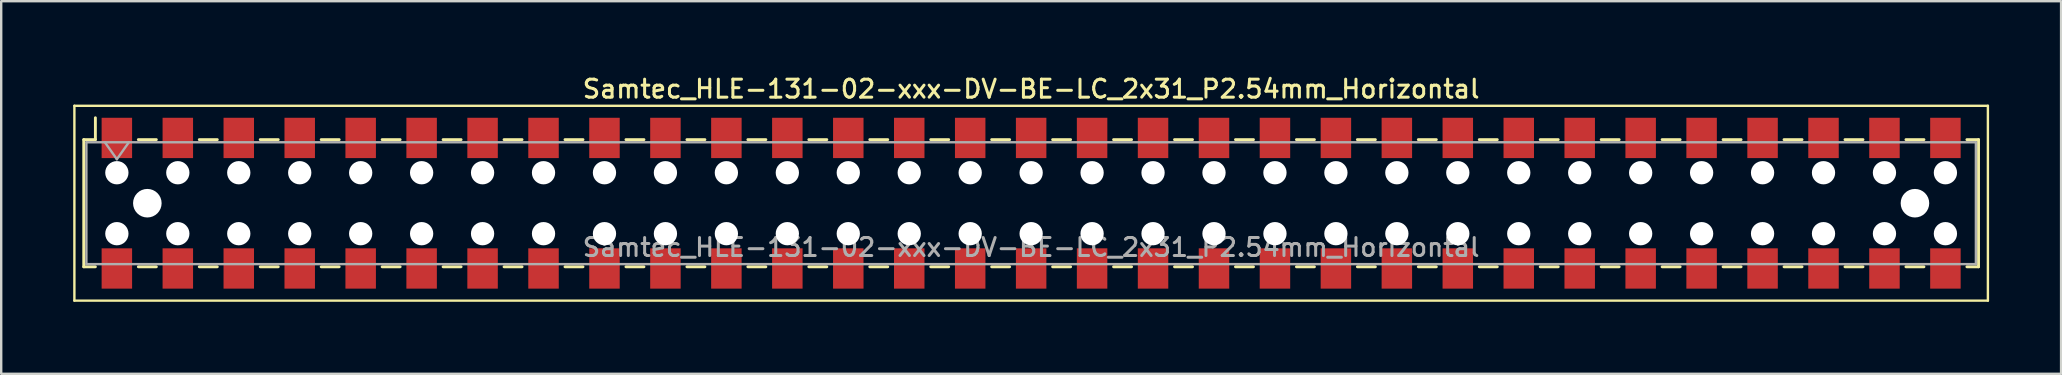
<source format=kicad_pcb>
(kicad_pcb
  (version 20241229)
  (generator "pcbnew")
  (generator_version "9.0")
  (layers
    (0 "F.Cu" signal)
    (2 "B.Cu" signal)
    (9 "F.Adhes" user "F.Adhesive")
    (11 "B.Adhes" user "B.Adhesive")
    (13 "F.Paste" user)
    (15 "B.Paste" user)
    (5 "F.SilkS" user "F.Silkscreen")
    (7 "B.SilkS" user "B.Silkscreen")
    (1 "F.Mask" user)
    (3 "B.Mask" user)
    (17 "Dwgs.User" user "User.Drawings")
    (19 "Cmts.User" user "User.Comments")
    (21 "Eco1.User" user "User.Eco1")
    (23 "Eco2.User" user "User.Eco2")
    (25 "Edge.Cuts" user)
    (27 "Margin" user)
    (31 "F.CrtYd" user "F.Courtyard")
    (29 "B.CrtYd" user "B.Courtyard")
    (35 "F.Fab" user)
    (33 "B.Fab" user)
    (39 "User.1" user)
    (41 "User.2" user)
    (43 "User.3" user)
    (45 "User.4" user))
  (footprint "Samtec_HLE-131-02-xxx-DV-BE-LC_2x31_P2.54mm_Horizontal"
    (layer "F.Cu")
    (at 39.92 5.418)
    (property "Reference" "Samtec_HLE-131-02-xxx-DV-BE-LC_2x31_P2.54mm_Horizontal" (at 0 -4.76 0) (layer "F.SilkS") (effects (font (size 0.75 0.75) (thickness 0.125))))
    (attr smd)
    (fp_line (start -39.87 -4.06) (end 39.87 -4.06) (stroke (width 0.1) (type solid)) (layer "F.SilkS"))
    (fp_line (start -39.87 4.06) (end -39.87 -4.06) (stroke (width 0.1) (type solid)) (layer "F.SilkS"))
    (fp_line (start -39.48 -2.65) (end -39.48 2.65) (stroke (width 0.12) (type solid)) (layer "F.SilkS"))
    (fp_line (start -39.48 2.65) (end -38.995 2.65) (stroke (width 0.12) (type solid)) (layer "F.SilkS"))
    (fp_line (start -38.995 -3.56) (end -38.995 -2.65) (stroke (width 0.12) (type solid)) (layer "F.SilkS"))
    (fp_line (start -38.995 -2.65) (end -39.48 -2.65) (stroke (width 0.12) (type solid)) (layer "F.SilkS"))
    (fp_line (start -37.205 -2.65) (end -36.455 -2.65) (stroke (width 0.12) (type solid)) (layer "F.SilkS"))
    (fp_line (start -37.205 2.65) (end -36.455 2.65) (stroke (width 0.12) (type solid)) (layer "F.SilkS"))
    (fp_line (start -34.665 -2.65) (end -33.915 -2.65) (stroke (width 0.12) (type solid)) (layer "F.SilkS"))
    (fp_line (start -34.665 2.65) (end -33.915 2.65) (stroke (width 0.12) (type solid)) (layer "F.SilkS"))
    (fp_line (start -32.125 -2.65) (end -31.375 -2.65) (stroke (width 0.12) (type solid)) (layer "F.SilkS"))
    (fp_line (start -32.125 2.65) (end -31.375 2.65) (stroke (width 0.12) (type solid)) (layer "F.SilkS"))
    (fp_line (start -29.585 -2.65) (end -28.835 -2.65) (stroke (width 0.12) (type solid)) (layer "F.SilkS"))
    (fp_line (start -29.585 2.65) (end -28.835 2.65) (stroke (width 0.12) (type solid)) (layer "F.SilkS"))
    (fp_line (start -27.045 -2.65) (end -26.295 -2.65) (stroke (width 0.12) (type solid)) (layer "F.SilkS"))
    (fp_line (start -27.045 2.65) (end -26.295 2.65) (stroke (width 0.12) (type solid)) (layer "F.SilkS"))
    (fp_line (start -24.505 -2.65) (end -23.755 -2.65) (stroke (width 0.12) (type solid)) (layer "F.SilkS"))
    (fp_line (start -24.505 2.65) (end -23.755 2.65) (stroke (width 0.12) (type solid)) (layer "F.SilkS"))
    (fp_line (start -21.965 -2.65) (end -21.215 -2.65) (stroke (width 0.12) (type solid)) (layer "F.SilkS"))
    (fp_line (start -21.965 2.65) (end -21.215 2.65) (stroke (width 0.12) (type solid)) (layer "F.SilkS"))
    (fp_line (start -19.425 -2.65) (end -18.675 -2.65) (stroke (width 0.12) (type solid)) (layer "F.SilkS"))
    (fp_line (start -19.425 2.65) (end -18.675 2.65) (stroke (width 0.12) (type solid)) (layer "F.SilkS"))
    (fp_line (start -16.885 -2.65) (end -16.135 -2.65) (stroke (width 0.12) (type solid)) (layer "F.SilkS"))
    (fp_line (start -16.885 2.65) (end -16.135 2.65) (stroke (width 0.12) (type solid)) (layer "F.SilkS"))
    (fp_line (start -14.345 -2.65) (end -13.595 -2.65) (stroke (width 0.12) (type solid)) (layer "F.SilkS"))
    (fp_line (start -14.345 2.65) (end -13.595 2.65) (stroke (width 0.12) (type solid)) (layer "F.SilkS"))
    (fp_line (start -11.805 -2.65) (end -11.055 -2.65) (stroke (width 0.12) (type solid)) (layer "F.SilkS"))
    (fp_line (start -11.805 2.65) (end -11.055 2.65) (stroke (width 0.12) (type solid)) (layer "F.SilkS"))
    (fp_line (start -9.265 -2.65) (end -8.515 -2.65) (stroke (width 0.12) (type solid)) (layer "F.SilkS"))
    (fp_line (start -9.265 2.65) (end -8.515 2.65) (stroke (width 0.12) (type solid)) (layer "F.SilkS"))
    (fp_line (start -6.725 -2.65) (end -5.975 -2.65) (stroke (width 0.12) (type solid)) (layer "F.SilkS"))
    (fp_line (start -6.725 2.65) (end -5.975 2.65) (stroke (width 0.12) (type solid)) (layer "F.SilkS"))
    (fp_line (start -4.185 -2.65) (end -3.435 -2.65) (stroke (width 0.12) (type solid)) (layer "F.SilkS"))
    (fp_line (start -4.185 2.65) (end -3.435 2.65) (stroke (width 0.12) (type solid)) (layer "F.SilkS"))
    (fp_line (start -1.645 -2.65) (end -0.895 -2.65) (stroke (width 0.12) (type solid)) (layer "F.SilkS"))
    (fp_line (start -1.645 2.65) (end -0.895 2.65) (stroke (width 0.12) (type solid)) (layer "F.SilkS"))
    (fp_line (start 0.895 -2.65) (end 1.645 -2.65) (stroke (width 0.12) (type solid)) (layer "F.SilkS"))
    (fp_line (start 0.895 2.65) (end 1.645 2.65) (stroke (width 0.12) (type solid)) (layer "F.SilkS"))
    (fp_line (start 3.435 -2.65) (end 4.185 -2.65) (stroke (width 0.12) (type solid)) (layer "F.SilkS"))
    (fp_line (start 3.435 2.65) (end 4.185 2.65) (stroke (width 0.12) (type solid)) (layer "F.SilkS"))
    (fp_line (start 5.975 -2.65) (end 6.725 -2.65) (stroke (width 0.12) (type solid)) (layer "F.SilkS"))
    (fp_line (start 5.975 2.65) (end 6.725 2.65) (stroke (width 0.12) (type solid)) (layer "F.SilkS"))
    (fp_line (start 8.515 -2.65) (end 9.265 -2.65) (stroke (width 0.12) (type solid)) (layer "F.SilkS"))
    (fp_line (start 8.515 2.65) (end 9.265 2.65) (stroke (width 0.12) (type solid)) (layer "F.SilkS"))
    (fp_line (start 11.055 -2.65) (end 11.805 -2.65) (stroke (width 0.12) (type solid)) (layer "F.SilkS"))
    (fp_line (start 11.055 2.65) (end 11.805 2.65) (stroke (width 0.12) (type solid)) (layer "F.SilkS"))
    (fp_line (start 13.595 -2.65) (end 14.345 -2.65) (stroke (width 0.12) (type solid)) (layer "F.SilkS"))
    (fp_line (start 13.595 2.65) (end 14.345 2.65) (stroke (width 0.12) (type solid)) (layer "F.SilkS"))
    (fp_line (start 16.135 -2.65) (end 16.885 -2.65) (stroke (width 0.12) (type solid)) (layer "F.SilkS"))
    (fp_line (start 16.135 2.65) (end 16.885 2.65) (stroke (width 0.12) (type solid)) (layer "F.SilkS"))
    (fp_line (start 18.675 -2.65) (end 19.425 -2.65) (stroke (width 0.12) (type solid)) (layer "F.SilkS"))
    (fp_line (start 18.675 2.65) (end 19.425 2.65) (stroke (width 0.12) (type solid)) (layer "F.SilkS"))
    (fp_line (start 21.215 -2.65) (end 21.965 -2.65) (stroke (width 0.12) (type solid)) (layer "F.SilkS"))
    (fp_line (start 21.215 2.65) (end 21.965 2.65) (stroke (width 0.12) (type solid)) (layer "F.SilkS"))
    (fp_line (start 23.755 -2.65) (end 24.505 -2.65) (stroke (width 0.12) (type solid)) (layer "F.SilkS"))
    (fp_line (start 23.755 2.65) (end 24.505 2.65) (stroke (width 0.12) (type solid)) (layer "F.SilkS"))
    (fp_line (start 26.295 -2.65) (end 27.045 -2.65) (stroke (width 0.12) (type solid)) (layer "F.SilkS"))
    (fp_line (start 26.295 2.65) (end 27.045 2.65) (stroke (width 0.12) (type solid)) (layer "F.SilkS"))
    (fp_line (start 28.835 -2.65) (end 29.585 -2.65) (stroke (width 0.12) (type solid)) (layer "F.SilkS"))
    (fp_line (start 28.835 2.65) (end 29.585 2.65) (stroke (width 0.12) (type solid)) (layer "F.SilkS"))
    (fp_line (start 31.375 -2.65) (end 32.125 -2.65) (stroke (width 0.12) (type solid)) (layer "F.SilkS"))
    (fp_line (start 31.375 2.65) (end 32.125 2.65) (stroke (width 0.12) (type solid)) (layer "F.SilkS"))
    (fp_line (start 33.915 -2.65) (end 34.665 -2.65) (stroke (width 0.12) (type solid)) (layer "F.SilkS"))
    (fp_line (start 33.915 2.65) (end 34.665 2.65) (stroke (width 0.12) (type solid)) (layer "F.SilkS"))
    (fp_line (start 36.455 -2.65) (end 37.205 -2.65) (stroke (width 0.12) (type solid)) (layer "F.SilkS"))
    (fp_line (start 36.455 2.65) (end 37.205 2.65) (stroke (width 0.12) (type solid)) (layer "F.SilkS"))
    (fp_line (start 38.995 -2.65) (end 39.48 -2.65) (stroke (width 0.12) (type solid)) (layer "F.SilkS"))
    (fp_line (start 39.48 -2.65) (end 39.48 2.65) (stroke (width 0.12) (type solid)) (layer "F.SilkS"))
    (fp_line (start 39.48 2.65) (end 38.995 2.65) (stroke (width 0.12) (type solid)) (layer "F.SilkS"))
    (fp_line (start 39.87 -4.06) (end 39.87 4.06) (stroke (width 0.1) (type solid)) (layer "F.SilkS"))
    (fp_line (start 39.87 4.06) (end -39.87 4.06) (stroke (width 0.1) (type solid)) (layer "F.SilkS"))
    (fp_line (start -39.37 -2.54) (end 39.37 -2.54) (stroke (width 0.1) (type solid)) (layer "F.Fab"))
    (fp_line (start -39.37 2.54) (end -39.37 -2.54) (stroke (width 0.1) (type solid)) (layer "F.Fab"))
    (fp_line (start -38.6 -2.54) (end -38.1 -1.833) (stroke (width 0.1) (type solid)) (layer "F.Fab"))
    (fp_line (start -38.1 -1.833) (end -37.6 -2.54) (stroke (width 0.1) (type solid)) (layer "F.Fab"))
    (fp_line (start 39.37 -2.54) (end 39.37 2.54) (stroke (width 0.1) (type solid)) (layer "F.Fab"))
    (fp_line (start 39.37 2.54) (end -39.37 2.54) (stroke (width 0.1) (type solid)) (layer "F.Fab"))
    (fp_text user "${REFERENCE}" (at 0 1.84 0) (layer "F.Fab") (effects (font (size 0.75 0.75) (thickness 0.125))))
    (pad "" np_thru_hole circle (at -38.1 -1.27) (size 0.97 0.97) (drill 0.97) (layers "*.Cu" "*.Mask"))
    (pad "" np_thru_hole circle (at -38.1 1.27) (size 0.97 0.97) (drill 0.97) (layers "*.Cu" "*.Mask"))
    (pad "" np_thru_hole circle (at -36.83 0) (size 1.19 1.19) (drill 1.19) (layers "*.Cu" "*.Mask"))
    (pad "" np_thru_hole circle (at -35.56 -1.27) (size 0.97 0.97) (drill 0.97) (layers "*.Cu" "*.Mask"))
    (pad "" np_thru_hole circle (at -35.56 1.27) (size 0.97 0.97) (drill 0.97) (layers "*.Cu" "*.Mask"))
    (pad "" np_thru_hole circle (at -33.02 -1.27) (size 0.97 0.97) (drill 0.97) (layers "*.Cu" "*.Mask"))
    (pad "" np_thru_hole circle (at -33.02 1.27) (size 0.97 0.97) (drill 0.97) (layers "*.Cu" "*.Mask"))
    (pad "" np_thru_hole circle (at -30.48 -1.27) (size 0.97 0.97) (drill 0.97) (layers "*.Cu" "*.Mask"))
    (pad "" np_thru_hole circle (at -30.48 1.27) (size 0.97 0.97) (drill 0.97) (layers "*.Cu" "*.Mask"))
    (pad "" np_thru_hole circle (at -27.94 -1.27) (size 0.97 0.97) (drill 0.97) (layers "*.Cu" "*.Mask"))
    (pad "" np_thru_hole circle (at -27.94 1.27) (size 0.97 0.97) (drill 0.97) (layers "*.Cu" "*.Mask"))
    (pad "" np_thru_hole circle (at -25.4 -1.27) (size 0.97 0.97) (drill 0.97) (layers "*.Cu" "*.Mask"))
    (pad "" np_thru_hole circle (at -25.4 1.27) (size 0.97 0.97) (drill 0.97) (layers "*.Cu" "*.Mask"))
    (pad "" np_thru_hole circle (at -22.86 -1.27) (size 0.97 0.97) (drill 0.97) (layers "*.Cu" "*.Mask"))
    (pad "" np_thru_hole circle (at -22.86 1.27) (size 0.97 0.97) (drill 0.97) (layers "*.Cu" "*.Mask"))
    (pad "" np_thru_hole circle (at -20.32 -1.27) (size 0.97 0.97) (drill 0.97) (layers "*.Cu" "*.Mask"))
    (pad "" np_thru_hole circle (at -20.32 1.27) (size 0.97 0.97) (drill 0.97) (layers "*.Cu" "*.Mask"))
    (pad "" np_thru_hole circle (at -17.78 -1.27) (size 0.97 0.97) (drill 0.97) (layers "*.Cu" "*.Mask"))
    (pad "" np_thru_hole circle (at -17.78 1.27) (size 0.97 0.97) (drill 0.97) (layers "*.Cu" "*.Mask"))
    (pad "" np_thru_hole circle (at -15.24 -1.27) (size 0.97 0.97) (drill 0.97) (layers "*.Cu" "*.Mask"))
    (pad "" np_thru_hole circle (at -15.24 1.27) (size 0.97 0.97) (drill 0.97) (layers "*.Cu" "*.Mask"))
    (pad "" np_thru_hole circle (at -12.7 -1.27) (size 0.97 0.97) (drill 0.97) (layers "*.Cu" "*.Mask"))
    (pad "" np_thru_hole circle (at -12.7 1.27) (size 0.97 0.97) (drill 0.97) (layers "*.Cu" "*.Mask"))
    (pad "" np_thru_hole circle (at -10.16 -1.27) (size 0.97 0.97) (drill 0.97) (layers "*.Cu" "*.Mask"))
    (pad "" np_thru_hole circle (at -10.16 1.27) (size 0.97 0.97) (drill 0.97) (layers "*.Cu" "*.Mask"))
    (pad "" np_thru_hole circle (at -7.62 -1.27) (size 0.97 0.97) (drill 0.97) (layers "*.Cu" "*.Mask"))
    (pad "" np_thru_hole circle (at -7.62 1.27) (size 0.97 0.97) (drill 0.97) (layers "*.Cu" "*.Mask"))
    (pad "" np_thru_hole circle (at -5.08 -1.27) (size 0.97 0.97) (drill 0.97) (layers "*.Cu" "*.Mask"))
    (pad "" np_thru_hole circle (at -5.08 1.27) (size 0.97 0.97) (drill 0.97) (layers "*.Cu" "*.Mask"))
    (pad "" np_thru_hole circle (at -2.54 -1.27) (size 0.97 0.97) (drill 0.97) (layers "*.Cu" "*.Mask"))
    (pad "" np_thru_hole circle (at -2.54 1.27) (size 0.97 0.97) (drill 0.97) (layers "*.Cu" "*.Mask"))
    (pad "" np_thru_hole circle (at 0 -1.27) (size 0.97 0.97) (drill 0.97) (layers "*.Cu" "*.Mask"))
    (pad "" np_thru_hole circle (at 0 1.27) (size 0.97 0.97) (drill 0.97) (layers "*.Cu" "*.Mask"))
    (pad "" np_thru_hole circle (at 2.54 -1.27) (size 0.97 0.97) (drill 0.97) (layers "*.Cu" "*.Mask"))
    (pad "" np_thru_hole circle (at 2.54 1.27) (size 0.97 0.97) (drill 0.97) (layers "*.Cu" "*.Mask"))
    (pad "" np_thru_hole circle (at 5.08 -1.27) (size 0.97 0.97) (drill 0.97) (layers "*.Cu" "*.Mask"))
    (pad "" np_thru_hole circle (at 5.08 1.27) (size 0.97 0.97) (drill 0.97) (layers "*.Cu" "*.Mask"))
    (pad "" np_thru_hole circle (at 7.62 -1.27) (size 0.97 0.97) (drill 0.97) (layers "*.Cu" "*.Mask"))
    (pad "" np_thru_hole circle (at 7.62 1.27) (size 0.97 0.97) (drill 0.97) (layers "*.Cu" "*.Mask"))
    (pad "" np_thru_hole circle (at 10.16 -1.27) (size 0.97 0.97) (drill 0.97) (layers "*.Cu" "*.Mask"))
    (pad "" np_thru_hole circle (at 10.16 1.27) (size 0.97 0.97) (drill 0.97) (layers "*.Cu" "*.Mask"))
    (pad "" np_thru_hole circle (at 12.7 -1.27) (size 0.97 0.97) (drill 0.97) (layers "*.Cu" "*.Mask"))
    (pad "" np_thru_hole circle (at 12.7 1.27) (size 0.97 0.97) (drill 0.97) (layers "*.Cu" "*.Mask"))
    (pad "" np_thru_hole circle (at 15.24 -1.27) (size 0.97 0.97) (drill 0.97) (layers "*.Cu" "*.Mask"))
    (pad "" np_thru_hole circle (at 15.24 1.27) (size 0.97 0.97) (drill 0.97) (layers "*.Cu" "*.Mask"))
    (pad "" np_thru_hole circle (at 17.78 -1.27) (size 0.97 0.97) (drill 0.97) (layers "*.Cu" "*.Mask"))
    (pad "" np_thru_hole circle (at 17.78 1.27) (size 0.97 0.97) (drill 0.97) (layers "*.Cu" "*.Mask"))
    (pad "" np_thru_hole circle (at 20.32 -1.27) (size 0.97 0.97) (drill 0.97) (layers "*.Cu" "*.Mask"))
    (pad "" np_thru_hole circle (at 20.32 1.27) (size 0.97 0.97) (drill 0.97) (layers "*.Cu" "*.Mask"))
    (pad "" np_thru_hole circle (at 22.86 -1.27) (size 0.97 0.97) (drill 0.97) (layers "*.Cu" "*.Mask"))
    (pad "" np_thru_hole circle (at 22.86 1.27) (size 0.97 0.97) (drill 0.97) (layers "*.Cu" "*.Mask"))
    (pad "" np_thru_hole circle (at 25.4 -1.27) (size 0.97 0.97) (drill 0.97) (layers "*.Cu" "*.Mask"))
    (pad "" np_thru_hole circle (at 25.4 1.27) (size 0.97 0.97) (drill 0.97) (layers "*.Cu" "*.Mask"))
    (pad "" np_thru_hole circle (at 27.94 -1.27) (size 0.97 0.97) (drill 0.97) (layers "*.Cu" "*.Mask"))
    (pad "" np_thru_hole circle (at 27.94 1.27) (size 0.97 0.97) (drill 0.97) (layers "*.Cu" "*.Mask"))
    (pad "" np_thru_hole circle (at 30.48 -1.27) (size 0.97 0.97) (drill 0.97) (layers "*.Cu" "*.Mask"))
    (pad "" np_thru_hole circle (at 30.48 1.27) (size 0.97 0.97) (drill 0.97) (layers "*.Cu" "*.Mask"))
    (pad "" np_thru_hole circle (at 33.02 -1.27) (size 0.97 0.97) (drill 0.97) (layers "*.Cu" "*.Mask"))
    (pad "" np_thru_hole circle (at 33.02 1.27) (size 0.97 0.97) (drill 0.97) (layers "*.Cu" "*.Mask"))
    (pad "" np_thru_hole circle (at 35.56 -1.27) (size 0.97 0.97) (drill 0.97) (layers "*.Cu" "*.Mask"))
    (pad "" np_thru_hole circle (at 35.56 1.27) (size 0.97 0.97) (drill 0.97) (layers "*.Cu" "*.Mask"))
    (pad "" np_thru_hole circle (at 36.83 0) (size 1.19 1.19) (drill 1.19) (layers "*.Cu" "*.Mask"))
    (pad "" np_thru_hole circle (at 38.1 -1.27) (size 0.97 0.97) (drill 0.97) (layers "*.Cu" "*.Mask"))
    (pad "" np_thru_hole circle (at 38.1 1.27) (size 0.97 0.97) (drill 0.97) (layers "*.Cu" "*.Mask"))
    (pad "1" smd rect (at -38.1 -2.72) (size 1.27 1.68) (layers "F.Cu" "F.Mask" "F.Paste"))
    (pad "2" smd rect (at -38.1 2.72) (size 1.27 1.68) (layers "F.Cu" "F.Mask" "F.Paste"))
    (pad "3" smd rect (at -35.56 -2.72) (size 1.27 1.68) (layers "F.Cu" "F.Mask" "F.Paste"))
    (pad "4" smd rect (at -35.56 2.72) (size 1.27 1.68) (layers "F.Cu" "F.Mask" "F.Paste"))
    (pad "5" smd rect (at -33.02 -2.72) (size 1.27 1.68) (layers "F.Cu" "F.Mask" "F.Paste"))
    (pad "6" smd rect (at -33.02 2.72) (size 1.27 1.68) (layers "F.Cu" "F.Mask" "F.Paste"))
    (pad "7" smd rect (at -30.48 -2.72) (size 1.27 1.68) (layers "F.Cu" "F.Mask" "F.Paste"))
    (pad "8" smd rect (at -30.48 2.72) (size 1.27 1.68) (layers "F.Cu" "F.Mask" "F.Paste"))
    (pad "9" smd rect (at -27.94 -2.72) (size 1.27 1.68) (layers "F.Cu" "F.Mask" "F.Paste"))
    (pad "10" smd rect (at -27.94 2.72) (size 1.27 1.68) (layers "F.Cu" "F.Mask" "F.Paste"))
    (pad "11" smd rect (at -25.4 -2.72) (size 1.27 1.68) (layers "F.Cu" "F.Mask" "F.Paste"))
    (pad "12" smd rect (at -25.4 2.72) (size 1.27 1.68) (layers "F.Cu" "F.Mask" "F.Paste"))
    (pad "13" smd rect (at -22.86 -2.72) (size 1.27 1.68) (layers "F.Cu" "F.Mask" "F.Paste"))
    (pad "14" smd rect (at -22.86 2.72) (size 1.27 1.68) (layers "F.Cu" "F.Mask" "F.Paste"))
    (pad "15" smd rect (at -20.32 -2.72) (size 1.27 1.68) (layers "F.Cu" "F.Mask" "F.Paste"))
    (pad "16" smd rect (at -20.32 2.72) (size 1.27 1.68) (layers "F.Cu" "F.Mask" "F.Paste"))
    (pad "17" smd rect (at -17.78 -2.72) (size 1.27 1.68) (layers "F.Cu" "F.Mask" "F.Paste"))
    (pad "18" smd rect (at -17.78 2.72) (size 1.27 1.68) (layers "F.Cu" "F.Mask" "F.Paste"))
    (pad "19" smd rect (at -15.24 -2.72) (size 1.27 1.68) (layers "F.Cu" "F.Mask" "F.Paste"))
    (pad "20" smd rect (at -15.24 2.72) (size 1.27 1.68) (layers "F.Cu" "F.Mask" "F.Paste"))
    (pad "21" smd rect (at -12.7 -2.72) (size 1.27 1.68) (layers "F.Cu" "F.Mask" "F.Paste"))
    (pad "22" smd rect (at -12.7 2.72) (size 1.27 1.68) (layers "F.Cu" "F.Mask" "F.Paste"))
    (pad "23" smd rect (at -10.16 -2.72) (size 1.27 1.68) (layers "F.Cu" "F.Mask" "F.Paste"))
    (pad "24" smd rect (at -10.16 2.72) (size 1.27 1.68) (layers "F.Cu" "F.Mask" "F.Paste"))
    (pad "25" smd rect (at -7.62 -2.72) (size 1.27 1.68) (layers "F.Cu" "F.Mask" "F.Paste"))
    (pad "26" smd rect (at -7.62 2.72) (size 1.27 1.68) (layers "F.Cu" "F.Mask" "F.Paste"))
    (pad "27" smd rect (at -5.08 -2.72) (size 1.27 1.68) (layers "F.Cu" "F.Mask" "F.Paste"))
    (pad "28" smd rect (at -5.08 2.72) (size 1.27 1.68) (layers "F.Cu" "F.Mask" "F.Paste"))
    (pad "29" smd rect (at -2.54 -2.72) (size 1.27 1.68) (layers "F.Cu" "F.Mask" "F.Paste"))
    (pad "30" smd rect (at -2.54 2.72) (size 1.27 1.68) (layers "F.Cu" "F.Mask" "F.Paste"))
    (pad "31" smd rect (at 0 -2.72) (size 1.27 1.68) (layers "F.Cu" "F.Mask" "F.Paste"))
    (pad "32" smd rect (at 0 2.72) (size 1.27 1.68) (layers "F.Cu" "F.Mask" "F.Paste"))
    (pad "33" smd rect (at 2.54 -2.72) (size 1.27 1.68) (layers "F.Cu" "F.Mask" "F.Paste"))
    (pad "34" smd rect (at 2.54 2.72) (size 1.27 1.68) (layers "F.Cu" "F.Mask" "F.Paste"))
    (pad "35" smd rect (at 5.08 -2.72) (size 1.27 1.68) (layers "F.Cu" "F.Mask" "F.Paste"))
    (pad "36" smd rect (at 5.08 2.72) (size 1.27 1.68) (layers "F.Cu" "F.Mask" "F.Paste"))
    (pad "37" smd rect (at 7.62 -2.72) (size 1.27 1.68) (layers "F.Cu" "F.Mask" "F.Paste"))
    (pad "38" smd rect (at 7.62 2.72) (size 1.27 1.68) (layers "F.Cu" "F.Mask" "F.Paste"))
    (pad "39" smd rect (at 10.16 -2.72) (size 1.27 1.68) (layers "F.Cu" "F.Mask" "F.Paste"))
    (pad "40" smd rect (at 10.16 2.72) (size 1.27 1.68) (layers "F.Cu" "F.Mask" "F.Paste"))
    (pad "41" smd rect (at 12.7 -2.72) (size 1.27 1.68) (layers "F.Cu" "F.Mask" "F.Paste"))
    (pad "42" smd rect (at 12.7 2.72) (size 1.27 1.68) (layers "F.Cu" "F.Mask" "F.Paste"))
    (pad "43" smd rect (at 15.24 -2.72) (size 1.27 1.68) (layers "F.Cu" "F.Mask" "F.Paste"))
    (pad "44" smd rect (at 15.24 2.72) (size 1.27 1.68) (layers "F.Cu" "F.Mask" "F.Paste"))
    (pad "45" smd rect (at 17.78 -2.72) (size 1.27 1.68) (layers "F.Cu" "F.Mask" "F.Paste"))
    (pad "46" smd rect (at 17.78 2.72) (size 1.27 1.68) (layers "F.Cu" "F.Mask" "F.Paste"))
    (pad "47" smd rect (at 20.32 -2.72) (size 1.27 1.68) (layers "F.Cu" "F.Mask" "F.Paste"))
    (pad "48" smd rect (at 20.32 2.72) (size 1.27 1.68) (layers "F.Cu" "F.Mask" "F.Paste"))
    (pad "49" smd rect (at 22.86 -2.72) (size 1.27 1.68) (layers "F.Cu" "F.Mask" "F.Paste"))
    (pad "50" smd rect (at 22.86 2.72) (size 1.27 1.68) (layers "F.Cu" "F.Mask" "F.Paste"))
    (pad "51" smd rect (at 25.4 -2.72) (size 1.27 1.68) (layers "F.Cu" "F.Mask" "F.Paste"))
    (pad "52" smd rect (at 25.4 2.72) (size 1.27 1.68) (layers "F.Cu" "F.Mask" "F.Paste"))
    (pad "53" smd rect (at 27.94 -2.72) (size 1.27 1.68) (layers "F.Cu" "F.Mask" "F.Paste"))
    (pad "54" smd rect (at 27.94 2.72) (size 1.27 1.68) (layers "F.Cu" "F.Mask" "F.Paste"))
    (pad "55" smd rect (at 30.48 -2.72) (size 1.27 1.68) (layers "F.Cu" "F.Mask" "F.Paste"))
    (pad "56" smd rect (at 30.48 2.72) (size 1.27 1.68) (layers "F.Cu" "F.Mask" "F.Paste"))
    (pad "57" smd rect (at 33.02 -2.72) (size 1.27 1.68) (layers "F.Cu" "F.Mask" "F.Paste"))
    (pad "58" smd rect (at 33.02 2.72) (size 1.27 1.68) (layers "F.Cu" "F.Mask" "F.Paste"))
    (pad "59" smd rect (at 35.56 -2.72) (size 1.27 1.68) (layers "F.Cu" "F.Mask" "F.Paste"))
    (pad "60" smd rect (at 35.56 2.72) (size 1.27 1.68) (layers "F.Cu" "F.Mask" "F.Paste"))
    (pad "61" smd rect (at 38.1 -2.72) (size 1.27 1.68) (layers "F.Cu" "F.Mask" "F.Paste"))
    (pad "62" smd rect (at 38.1 2.72) (size 1.27 1.68) (layers "F.Cu" "F.Mask" "F.Paste")))
  (gr_rect
    (start -3 -3)
    (end 82.84 12.528)
    (stroke (width 0.1) (type default))
    (fill no)
    (layer "Edge.Cuts")))
</source>
